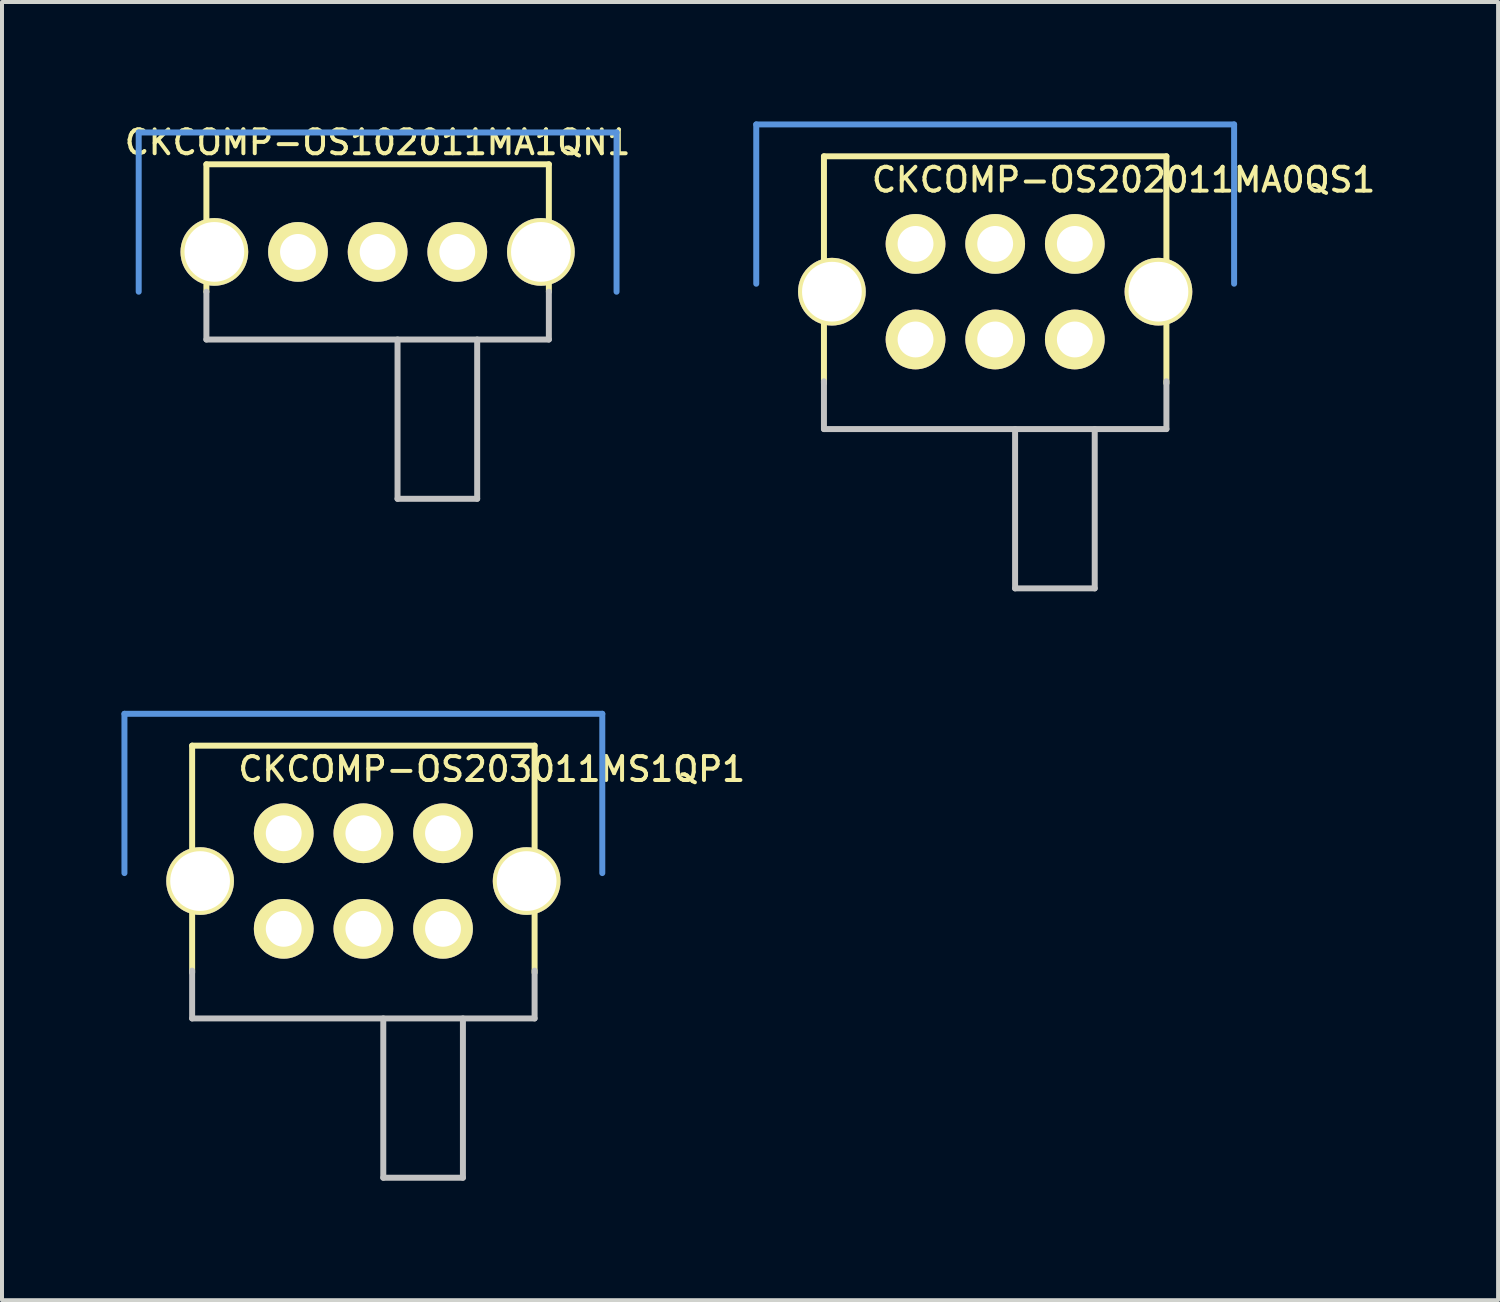
<source format=kicad_pcb>
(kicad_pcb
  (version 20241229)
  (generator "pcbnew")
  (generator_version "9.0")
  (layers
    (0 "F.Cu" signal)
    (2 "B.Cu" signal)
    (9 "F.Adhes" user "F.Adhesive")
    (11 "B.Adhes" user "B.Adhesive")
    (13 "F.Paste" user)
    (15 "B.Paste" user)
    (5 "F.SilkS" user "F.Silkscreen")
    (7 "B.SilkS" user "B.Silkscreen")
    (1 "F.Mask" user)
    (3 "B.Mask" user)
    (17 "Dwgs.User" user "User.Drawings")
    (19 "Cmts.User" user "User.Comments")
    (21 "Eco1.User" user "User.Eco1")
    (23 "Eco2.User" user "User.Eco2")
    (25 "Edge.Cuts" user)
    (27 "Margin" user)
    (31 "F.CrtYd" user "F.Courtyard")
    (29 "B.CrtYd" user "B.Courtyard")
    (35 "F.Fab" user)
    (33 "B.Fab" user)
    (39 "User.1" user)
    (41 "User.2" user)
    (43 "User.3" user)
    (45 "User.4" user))
  (footprint "CKCOMP-OS202011MA0QS1"
    (layer "F.Cu")
    (at 21.941 4.275)
    (property "Reference" "CKCOMP-OS202011MA0QS1" (at 3.225 -2.81 0) (layer "F.SilkS") (effects (font (size 0.6 0.6) (thickness 0.1))))
    (attr through_hole)
    (fp_line (start -4.3 -3.4) (end 4.3 -3.4) (stroke (width 0.15) (type solid)) (layer "F.SilkS"))
    (fp_line (start -4.3 2.3) (end -4.3 -3.4) (stroke (width 0.15) (type solid)) (layer "F.SilkS"))
    (fp_line (start 4.3 -3.4) (end 4.3 2.3) (stroke (width 0.15) (type solid)) (layer "F.SilkS"))
    (fp_line (start -4.3 2.25) (end -4.3 3.45) (stroke (width 0.15) (type solid)) (layer "Dwgs.User"))
    (fp_line (start -4.3 3.45) (end 4.3 3.45) (stroke (width 0.15) (type solid)) (layer "Dwgs.User"))
    (fp_line (start 0.5 3.45) (end 0.5 7.45) (stroke (width 0.15) (type solid)) (layer "Dwgs.User"))
    (fp_line (start 0.5 7.45) (end 2.5 7.45) (stroke (width 0.15) (type solid)) (layer "Dwgs.User"))
    (fp_line (start 2.5 7.45) (end 2.5 3.45) (stroke (width 0.15) (type solid)) (layer "Dwgs.User"))
    (fp_line (start 4.3 3.45) (end 4.3 2.25) (stroke (width 0.15) (type solid)) (layer "Dwgs.User"))
    (fp_line (start -6 -4.2) (end -6 -0.2) (stroke (width 0.15) (type solid)) (layer "Cmts.User"))
    (fp_line (start 6 -4.2) (end -6 -4.2) (stroke (width 0.15) (type solid)) (layer "Cmts.User"))
    (fp_line (start 6 -0.2) (end 6 -4.2) (stroke (width 0.15) (type solid)) (layer "Cmts.User"))
    (pad "" thru_hole circle (at -4.1 0) (size 1.7 1.7) (drill 1.5) (layers "*.Cu" "*.Mask" "F.SilkS"))
    (pad "" thru_hole circle (at 4.1 0) (size 1.7 1.7) (drill 1.5) (layers "*.Cu" "*.Mask" "F.SilkS"))
    (pad "1" thru_hole circle (at -2 -1.2) (size 1.5 1.5) (drill 0.9) (layers "*.Cu" "*.Mask" "F.SilkS"))
    (pad "2" thru_hole circle (at 0 -1.2) (size 1.5 1.5) (drill 0.9) (layers "*.Cu" "*.Mask" "F.SilkS"))
    (pad "3" thru_hole circle (at 2 -1.2) (size 1.5 1.5) (drill 0.9) (layers "*.Cu" "*.Mask" "F.SilkS"))
    (pad "4" thru_hole circle (at -2 1.2) (size 1.5 1.5) (drill 0.9) (layers "*.Cu" "*.Mask" "F.SilkS"))
    (pad "5" thru_hole circle (at 0 1.2 180) (size 1.5 1.5) (drill 0.9) (layers "*.Cu" "*.Mask" "F.SilkS"))
    (pad "6" thru_hole circle (at 2 1.2) (size 1.5 1.5) (drill 0.9) (layers "*.Cu" "*.Mask" "F.SilkS")))
  (footprint "CKCOMP-OS203011MS1QP1"
    (layer "F.Cu")
    (at 6.075 19.075)
    (property "Reference" "CKCOMP-OS203011MS1QP1" (at 3.225 -2.81 0) (layer "F.SilkS") (effects (font (size 0.6 0.6) (thickness 0.1))))
    (attr through_hole)
    (fp_line (start -4.3 -3.4) (end 4.3 -3.4) (stroke (width 0.15) (type solid)) (layer "F.SilkS"))
    (fp_line (start -4.3 2.3) (end -4.3 -3.4) (stroke (width 0.15) (type solid)) (layer "F.SilkS"))
    (fp_line (start 4.3 -3.4) (end 4.3 2.3) (stroke (width 0.15) (type solid)) (layer "F.SilkS"))
    (fp_line (start -4.3 2.25) (end -4.3 3.45) (stroke (width 0.15) (type solid)) (layer "Dwgs.User"))
    (fp_line (start -4.3 3.45) (end 4.3 3.45) (stroke (width 0.15) (type solid)) (layer "Dwgs.User"))
    (fp_line (start 0.5 3.45) (end 0.5 7.45) (stroke (width 0.15) (type solid)) (layer "Dwgs.User"))
    (fp_line (start 0.5 7.45) (end 2.5 7.45) (stroke (width 0.15) (type solid)) (layer "Dwgs.User"))
    (fp_line (start 2.5 7.45) (end 2.5 3.45) (stroke (width 0.15) (type solid)) (layer "Dwgs.User"))
    (fp_line (start 4.3 3.45) (end 4.3 2.25) (stroke (width 0.15) (type solid)) (layer "Dwgs.User"))
    (fp_line (start -6 -4.2) (end -6 -0.2) (stroke (width 0.15) (type solid)) (layer "Cmts.User"))
    (fp_line (start 6 -4.2) (end -6 -4.2) (stroke (width 0.15) (type solid)) (layer "Cmts.User"))
    (fp_line (start 6 -0.2) (end 6 -4.2) (stroke (width 0.15) (type solid)) (layer "Cmts.User"))
    (pad "" thru_hole circle (at -4.1 0) (size 1.7 1.7) (drill 1.5) (layers "*.Cu" "*.Mask" "F.SilkS"))
    (pad "" thru_hole circle (at 4.1 0) (size 1.7 1.7) (drill 1.5) (layers "*.Cu" "*.Mask" "F.SilkS"))
    (pad "1" thru_hole circle (at -2 -1.2) (size 1.5 1.5) (drill 0.9) (layers "*.Cu" "*.Mask" "F.SilkS"))
    (pad "2" thru_hole circle (at 0 -1.2) (size 1.5 1.5) (drill 0.9) (layers "*.Cu" "*.Mask" "F.SilkS"))
    (pad "3" thru_hole circle (at 2 -1.2) (size 1.5 1.5) (drill 0.9) (layers "*.Cu" "*.Mask" "F.SilkS"))
    (pad "4" thru_hole circle (at -2 1.2) (size 1.5 1.5) (drill 0.9) (layers "*.Cu" "*.Mask" "F.SilkS"))
    (pad "5" thru_hole circle (at 0 1.2 180) (size 1.5 1.5) (drill 0.9) (layers "*.Cu" "*.Mask" "F.SilkS"))
    (pad "6" thru_hole circle (at 2 1.2) (size 1.5 1.5) (drill 0.9) (layers "*.Cu" "*.Mask" "F.SilkS")))
  (footprint "CKCOMP-OS102011MA1QN1"
    (layer "F.Cu")
    (at 6.433 3.276)
    (property "Reference" "CKCOMP-OS102011MA1QN1" (at 0 -2.75 0) (layer "F.SilkS") (effects (font (size 0.6 0.6) (thickness 0.1))))
    (attr through_hole)
    (fp_line (start -4.3 -2.2) (end 4.3 -2.2) (stroke (width 0.15) (type solid)) (layer "F.SilkS"))
    (fp_line (start -4.3 1) (end -4.3 -2.2) (stroke (width 0.15) (type solid)) (layer "F.SilkS"))
    (fp_line (start 4.3 -2.2) (end 4.3 1) (stroke (width 0.15) (type solid)) (layer "F.SilkS"))
    (fp_line (start -4.3 1) (end -4.3 2.2) (stroke (width 0.15) (type solid)) (layer "Dwgs.User"))
    (fp_line (start -4.3 2.2) (end 4.3 2.2) (stroke (width 0.15) (type solid)) (layer "Dwgs.User"))
    (fp_line (start 0.5 2.2) (end 0.5 6.2) (stroke (width 0.15) (type solid)) (layer "Dwgs.User"))
    (fp_line (start 0.5 6.2) (end 2.5 6.2) (stroke (width 0.15) (type solid)) (layer "Dwgs.User"))
    (fp_line (start 2.5 6.2) (end 2.5 2.2) (stroke (width 0.15) (type solid)) (layer "Dwgs.User"))
    (fp_line (start 4.3 2.2) (end 4.3 1) (stroke (width 0.15) (type solid)) (layer "Dwgs.User"))
    (fp_line (start -6 -3) (end -6 1) (stroke (width 0.15) (type solid)) (layer "Cmts.User"))
    (fp_line (start 6 -3) (end -6 -3) (stroke (width 0.15) (type solid)) (layer "Cmts.User"))
    (fp_line (start 6 1) (end 6 -3) (stroke (width 0.15) (type solid)) (layer "Cmts.User"))
    (pad "" thru_hole circle (at -4.1 0) (size 1.7 1.7) (drill 1.5) (layers "*.Cu" "*.Mask" "F.SilkS"))
    (pad "" thru_hole circle (at 4.1 0) (size 1.7 1.7) (drill 1.5) (layers "*.Cu" "*.Mask" "F.SilkS"))
    (pad "1" thru_hole circle (at -2 0) (size 1.5 1.5) (drill 0.9) (layers "*.Cu" "*.Mask" "F.SilkS"))
    (pad "2" thru_hole circle (at 0 0) (size 1.5 1.5) (drill 0.9) (layers "*.Cu" "*.Mask" "F.SilkS"))
    (pad "3" thru_hole circle (at 2 0) (size 1.5 1.5) (drill 0.9) (layers "*.Cu" "*.Mask" "F.SilkS")))
  (gr_rect
    (start -3 -3)
    (end 34.57 29.6)
    (stroke (width 0.1) (type default))
    (fill no)
    (layer "Edge.Cuts")))
</source>
